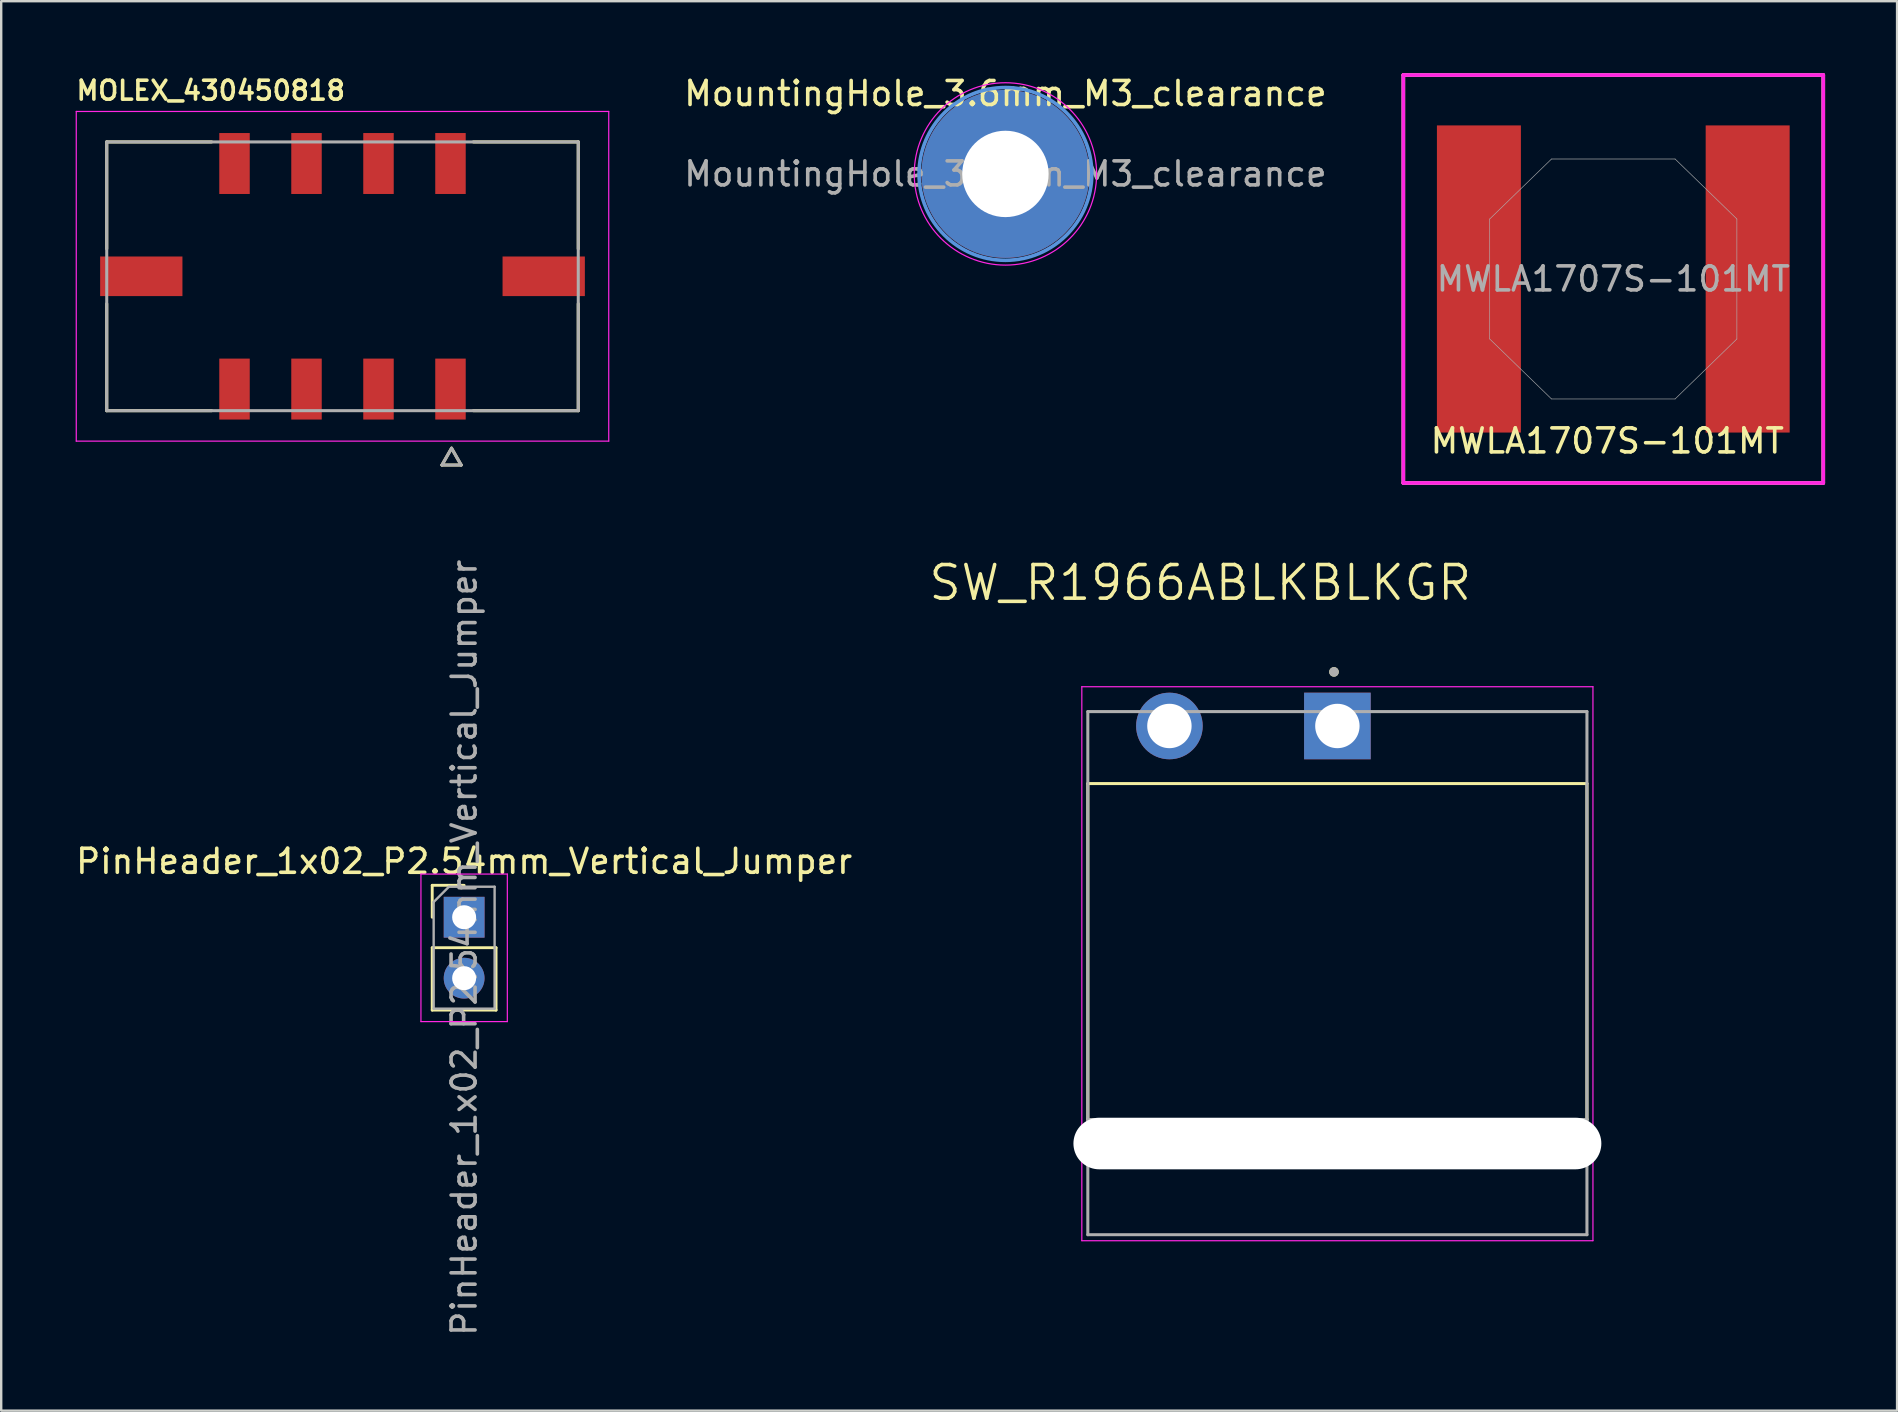
<source format=kicad_pcb>
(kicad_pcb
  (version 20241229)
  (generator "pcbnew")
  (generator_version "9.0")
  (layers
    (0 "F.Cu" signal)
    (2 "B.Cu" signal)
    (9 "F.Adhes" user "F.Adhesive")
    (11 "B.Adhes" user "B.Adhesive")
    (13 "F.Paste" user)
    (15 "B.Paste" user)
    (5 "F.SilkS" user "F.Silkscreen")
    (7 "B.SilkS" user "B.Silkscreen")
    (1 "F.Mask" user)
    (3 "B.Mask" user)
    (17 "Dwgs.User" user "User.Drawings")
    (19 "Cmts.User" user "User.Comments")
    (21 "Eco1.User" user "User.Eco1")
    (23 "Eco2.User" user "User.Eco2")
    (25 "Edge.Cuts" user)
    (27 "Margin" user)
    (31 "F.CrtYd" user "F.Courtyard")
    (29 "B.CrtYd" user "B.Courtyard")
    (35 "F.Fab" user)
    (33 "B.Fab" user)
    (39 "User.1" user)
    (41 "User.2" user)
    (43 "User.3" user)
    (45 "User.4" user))
  (footprint "PinHeader_1x02_P2.54mm_Vertical_Jumper"
    (layer "F.Cu")
    (at 16.292 35.174)
    (property "Reference" "PinHeader_1x02_P2.54mm_Vertical_Jumper" (at 0 -2.33 0) (layer "F.SilkS") (effects (font (size 1 1) (thickness 0.15))))
    (attr through_hole)
    (fp_line (start -1.33 -1.33) (end 0 -1.33) (stroke (width 0.12) (type solid)) (layer "F.SilkS"))
    (fp_line (start -1.33 0) (end -1.33 -1.33) (stroke (width 0.12) (type solid)) (layer "F.SilkS"))
    (fp_line (start -1.33 1.27) (end -1.33 3.87) (stroke (width 0.12) (type solid)) (layer "F.SilkS"))
    (fp_line (start -1.33 1.27) (end 1.33 1.27) (stroke (width 0.12) (type solid)) (layer "F.SilkS"))
    (fp_line (start -1.33 3.87) (end 1.33 3.87) (stroke (width 0.12) (type solid)) (layer "F.SilkS"))
    (fp_line (start 1.33 1.27) (end 1.33 3.87) (stroke (width 0.12) (type solid)) (layer "F.SilkS"))
    (fp_line (start -1.8 -1.8) (end -1.8 4.35) (stroke (width 0.05) (type solid)) (layer "F.CrtYd"))
    (fp_line (start -1.8 4.35) (end 1.8 4.35) (stroke (width 0.05) (type solid)) (layer "F.CrtYd"))
    (fp_line (start 1.8 -1.8) (end -1.8 -1.8) (stroke (width 0.05) (type solid)) (layer "F.CrtYd"))
    (fp_line (start 1.8 4.35) (end 1.8 -1.8) (stroke (width 0.05) (type solid)) (layer "F.CrtYd"))
    (fp_line (start -1.27 -0.635) (end -0.635 -1.27) (stroke (width 0.1) (type solid)) (layer "F.Fab"))
    (fp_line (start -1.27 3.81) (end -1.27 -0.635) (stroke (width 0.1) (type solid)) (layer "F.Fab"))
    (fp_line (start -0.635 -1.27) (end 1.27 -1.27) (stroke (width 0.1) (type solid)) (layer "F.Fab"))
    (fp_line (start 1.27 -1.27) (end 1.27 3.81) (stroke (width 0.1) (type solid)) (layer "F.Fab"))
    (fp_line (start 1.27 3.81) (end -1.27 3.81) (stroke (width 0.1) (type solid)) (layer "F.Fab"))
    (fp_text user "${REFERENCE}" (at 0 1.27 90) (layer "F.Fab") (effects (font (size 1 1) (thickness 0.15))))
    (pad "1" thru_hole rect (at 0 0) (size 1.7 1.7) (drill 1) (layers "*.Cu" "*.Mask"))
    (pad "2" thru_hole oval (at 0 2.54) (size 1.7 1.7) (drill 1) (layers "*.Cu" "*.Mask")))
  (footprint "MountingHole_3.6mm_M3_clearance"
    (layer "F.Cu")
    (at 38.849 4.198)
    (property "Reference" "MountingHole_3.6mm_M3_clearance" (at 0 -3.35 0) (layer "F.SilkS") (effects (font (size 1 1) (thickness 0.15))))
    (attr exclude_from_pos_files exclude_from_bom)
    (fp_circle (center 0 0) (end 3.6 0) (stroke (width 0.15) (type solid)) (fill no) (layer "Cmts.User"))
    (fp_circle (center 0 0) (end 3.8 0) (stroke (width 0.05) (type solid)) (fill no) (layer "F.CrtYd"))
    (fp_text user "${REFERENCE}" (at 0 0 0) (layer "F.Fab") (effects (font (size 1 1) (thickness 0.15))))
    (pad "1" thru_hole circle (at 0 0) (size 7 7) (drill 3.6) (layers "*.Cu" "*.Mask")))
  (footprint "SW_R1966ABLKBLKGR"
    (layer "F.Cu")
    (at 52.683 27.204)
    (property "Reference" "SW_R1966ABLKBLKGR" (at -5.715 -5.969 0) (layer "F.SilkS") (effects (font (size 1.4 1.4) (thickness 0.15))))
    (attr through_hole)
    (fp_line (start -10.4 2.4) (end -10.4 16.4) (stroke (width 0.127) (type solid)) (layer "F.SilkS"))
    (fp_line (start -10.4 2.4) (end 10.4 2.4) (stroke (width 0.127) (type solid)) (layer "F.SilkS"))
    (fp_line (start -10.4 16.4) (end 10.4 16.4) (stroke (width 0.127) (type solid)) (layer "F.SilkS"))
    (fp_line (start 10.4 16.4) (end 10.4 2.4) (stroke (width 0.127) (type solid)) (layer "F.SilkS"))
    (fp_circle (center -0.142 -2.254) (end -0.042 -2.254) (stroke (width 0.2) (type solid)) (fill no) (layer "F.SilkS"))
    (fp_line (start -10.65 -1.637) (end 10.65 -1.637) (stroke (width 0.05) (type solid)) (layer "F.CrtYd"))
    (fp_line (start -10.65 21.45) (end -10.65 -1.637) (stroke (width 0.05) (type solid)) (layer "F.CrtYd"))
    (fp_line (start 10.65 -1.637) (end 10.65 21.45) (stroke (width 0.05) (type solid)) (layer "F.CrtYd"))
    (fp_line (start 10.65 21.45) (end -10.65 21.45) (stroke (width 0.05) (type solid)) (layer "F.CrtYd"))
    (fp_line (start -10.4 -0.6) (end 10.4 -0.6) (stroke (width 0.127) (type solid)) (layer "F.Fab"))
    (fp_line (start -10.4 16.4) (end -10.4 -0.6) (stroke (width 0.127) (type solid)) (layer "F.Fab"))
    (fp_line (start -10.4 16.4) (end 10.4 16.4) (stroke (width 0.127) (type solid)) (layer "F.Fab"))
    (fp_line (start -10.4 21.2) (end -10.4 16.4) (stroke (width 0.127) (type solid)) (layer "F.Fab"))
    (fp_line (start -10.4 21.2) (end 10.4 21.2) (stroke (width 0.127) (type solid)) (layer "F.Fab"))
    (fp_line (start 10.4 -0.6) (end 10.4 16.4) (stroke (width 0.127) (type solid)) (layer "F.Fab"))
    (fp_line (start 10.4 16.4) (end 10.4 21.2) (stroke (width 0.127) (type solid)) (layer "F.Fab"))
    (fp_circle (center -0.142 -2.254) (end -0.042 -2.254) (stroke (width 0.2) (type solid)) (fill no) (layer "F.Fab"))
    (pad "" np_thru_hole oval (at 0 17.4) (size 22 2.15) (drill oval 22 2.15) (layers "*.Cu" "*.Mask"))
    (pad "1" thru_hole rect (at 0 0) (size 2.775 2.775) (drill 1.85) (layers "*.Cu" "*.Mask"))
    (pad "2" thru_hole circle (at -7 0) (size 2.775 2.775) (drill 1.85) (layers "*.Cu" "*.Mask")))
  (footprint "MWLA1707S-101MT"
    (layer "F.Cu")
    (at 64.181 8.576)
    (property "Reference" "MWLA1707S-101MT" (at -0.25 6.75 0) (unlocked yes) (layer "F.SilkS") (effects (font (size 1 1) (thickness 0.15))))
    (attr smd)
    (fp_line (start -8.75 8.5) (end -8.75 -8.5) (stroke (width 0.152) (type solid)) (layer "F.SilkS"))
    (fp_line (start -8.75 8.5) (end 8.75 8.5) (stroke (width 0.152) (type solid)) (layer "F.SilkS"))
    (fp_line (start 8.75 -8.5) (end -8.75 -8.5) (stroke (width 0.152) (type solid)) (layer "F.SilkS"))
    (fp_line (start 8.75 -8.5) (end 8.75 8.5) (stroke (width 0.152) (type solid)) (layer "F.SilkS"))
    (fp_line (start -8.75 -8.5) (end 8.75 -8.5) (stroke (width 0.152) (type solid)) (layer "F.CrtYd"))
    (fp_line (start -8.75 8.5) (end -8.75 -8.5) (stroke (width 0.152) (type solid)) (layer "F.CrtYd"))
    (fp_line (start 8.75 -8.5) (end 8.75 8.5) (stroke (width 0.152) (type solid)) (layer "F.CrtYd"))
    (fp_line (start 8.75 8.5) (end -8.75 8.5) (stroke (width 0.152) (type solid)) (layer "F.CrtYd"))
    (fp_line (start -5.15 -2.5) (end -5.15 2.5) (stroke (width 0.025) (type solid)) (layer "F.Fab"))
    (fp_line (start -5.15 2.5) (end -2.575 5) (stroke (width 0.025) (type solid)) (layer "F.Fab"))
    (fp_line (start -2.575 -5) (end -5.15 -2.5) (stroke (width 0.025) (type solid)) (layer "F.Fab"))
    (fp_line (start -2.575 5) (end 2.575 5) (stroke (width 0.025) (type solid)) (layer "F.Fab"))
    (fp_line (start 2.575 -5) (end -2.575 -5) (stroke (width 0.025) (type solid)) (layer "F.Fab"))
    (fp_line (start 2.575 5) (end 5.15 2.5) (stroke (width 0.025) (type solid)) (layer "F.Fab"))
    (fp_line (start 5.15 -2.5) (end 2.575 -5) (stroke (width 0.025) (type solid)) (layer "F.Fab"))
    (fp_line (start 5.15 2.5) (end 5.15 -2.5) (stroke (width 0.025) (type solid)) (layer "F.Fab"))
    (fp_text user "${REFERENCE}" (at 0 0 0) (unlocked yes) (layer "F.Fab") (effects (font (size 1 1) (thickness 0.15))))
    (pad "1" smd rect (at -5.6 0) (size 3.5 12.8) (layers "F.Cu" "F.Mask" "F.Paste"))
    (pad "2" smd rect (at 5.6 0) (size 3.5 12.8) (layers "F.Cu" "F.Mask" "F.Paste")))
  (footprint "MOLEX_430450818"
    (layer "F.Cu")
    (at 11.223 8.464)
    (property "Reference" "MOLEX_430450818" (at -5.49 -7.74 0) (layer "F.SilkS") (effects (font (size 0.787 0.787) (thickness 0.15))))
    (attr smd)
    (fp_poly (pts (xy -10.176 -0.901) (xy -6.594 -0.901) (xy -6.594 0.901) (xy -10.176 0.901)) (stroke (width 0.01) (type solid)) (fill yes) (layer "F.Mask"))
    (fp_poly (pts (xy -5.211 -6.046) (xy -3.789 -6.046) (xy -3.789 -3.354) (xy -5.211 -3.354)) (stroke (width 0.01) (type solid)) (fill yes) (layer "F.Mask"))
    (fp_poly (pts (xy -5.211 3.354) (xy -3.789 3.354) (xy -3.789 6.046) (xy -5.211 6.046)) (stroke (width 0.01) (type solid)) (fill yes) (layer "F.Mask"))
    (fp_poly (pts (xy -2.211 -6.046) (xy -0.789 -6.046) (xy -0.789 -3.354) (xy -2.211 -3.354)) (stroke (width 0.01) (type solid)) (fill yes) (layer "F.Mask"))
    (fp_poly (pts (xy -2.211 3.354) (xy -0.789 3.354) (xy -0.789 6.046) (xy -2.211 6.046)) (stroke (width 0.01) (type solid)) (fill yes) (layer "F.Mask"))
    (fp_poly (pts (xy 0.789 -6.046) (xy 2.211 -6.046) (xy 2.211 -3.354) (xy 0.789 -3.354)) (stroke (width 0.01) (type solid)) (fill yes) (layer "F.Mask"))
    (fp_poly (pts (xy 0.789 3.354) (xy 2.211 3.354) (xy 2.211 6.046) (xy 0.789 6.046)) (stroke (width 0.01) (type solid)) (fill yes) (layer "F.Mask"))
    (fp_poly (pts (xy 3.789 -6.046) (xy 5.211 -6.046) (xy 5.211 -3.354) (xy 3.789 -3.354)) (stroke (width 0.01) (type solid)) (fill yes) (layer "F.Mask"))
    (fp_poly (pts (xy 3.789 3.354) (xy 5.211 3.354) (xy 5.211 6.046) (xy 3.789 6.046)) (stroke (width 0.01) (type solid)) (fill yes) (layer "F.Mask"))
    (fp_poly (pts (xy 6.594 -0.901) (xy 10.176 -0.901) (xy 10.176 0.901) (xy 6.594 0.901)) (stroke (width 0.01) (type solid)) (fill yes) (layer "F.Mask"))
    (fp_line (start -9.825 -5.6) (end -9.825 -1.145) (stroke (width 0.127) (type solid)) (layer "F.SilkS"))
    (fp_line (start -9.825 1.145) (end -9.825 5.6) (stroke (width 0.127) (type solid)) (layer "F.SilkS"))
    (fp_line (start -9.825 5.6) (end -5.455 5.6) (stroke (width 0.127) (type solid)) (layer "F.SilkS"))
    (fp_line (start -5.455 -5.6) (end -9.825 -5.6) (stroke (width 0.127) (type solid)) (layer "F.SilkS"))
    (fp_line (start 4.145 7.865) (end 4.945 7.865) (stroke (width 0.127) (type solid)) (layer "F.SilkS"))
    (fp_line (start 4.545 7.165) (end 4.145 7.865) (stroke (width 0.127) (type solid)) (layer "F.SilkS"))
    (fp_line (start 4.945 7.865) (end 4.545 7.165) (stroke (width 0.127) (type solid)) (layer "F.SilkS"))
    (fp_line (start 5.455 5.6) (end 9.825 5.6) (stroke (width 0.127) (type solid)) (layer "F.SilkS"))
    (fp_line (start 9.825 -5.6) (end 5.455 -5.6) (stroke (width 0.127) (type solid)) (layer "F.SilkS"))
    (fp_line (start 9.825 -1.145) (end 9.825 -5.6) (stroke (width 0.127) (type solid)) (layer "F.SilkS"))
    (fp_line (start 9.825 5.6) (end 9.825 1.145) (stroke (width 0.127) (type solid)) (layer "F.SilkS"))
    (fp_line (start -11.095 -6.87) (end -11.095 6.87) (stroke (width 0.05) (type solid)) (layer "F.CrtYd"))
    (fp_line (start -11.095 6.87) (end 11.095 6.87) (stroke (width 0.05) (type solid)) (layer "F.CrtYd"))
    (fp_line (start 11.095 -6.87) (end -11.095 -6.87) (stroke (width 0.05) (type solid)) (layer "F.CrtYd"))
    (fp_line (start 11.095 6.87) (end 11.095 -6.87) (stroke (width 0.05) (type solid)) (layer "F.CrtYd"))
    (fp_line (start -9.825 -5.6) (end 9.825 -5.6) (stroke (width 0.127) (type solid)) (layer "F.Fab"))
    (fp_line (start -9.825 5.6) (end -9.825 -5.6) (stroke (width 0.127) (type solid)) (layer "F.Fab"))
    (fp_line (start 4.145 7.865) (end 4.945 7.865) (stroke (width 0.127) (type solid)) (layer "F.Fab"))
    (fp_line (start 4.545 7.165) (end 4.145 7.865) (stroke (width 0.127) (type solid)) (layer "F.Fab"))
    (fp_line (start 4.945 7.865) (end 4.545 7.165) (stroke (width 0.127) (type solid)) (layer "F.Fab"))
    (fp_line (start 9.825 -5.6) (end 9.825 5.6) (stroke (width 0.127) (type solid)) (layer "F.Fab"))
    (fp_line (start 9.825 5.6) (end -9.825 5.6) (stroke (width 0.127) (type solid)) (layer "F.Fab"))
    (pad "1" smd rect (at 4.5 4.7) (size 1.27 2.54) (layers "F.Cu" "F.Paste"))
    (pad "2" smd rect (at 1.5 4.7) (size 1.27 2.54) (layers "F.Cu" "F.Paste"))
    (pad "3" smd rect (at -1.5 4.7) (size 1.27 2.54) (layers "F.Cu" "F.Paste"))
    (pad "4" smd rect (at -4.5 4.7) (size 1.27 2.54) (layers "F.Cu" "F.Paste"))
    (pad "5" smd rect (at 4.5 -4.7) (size 1.27 2.54) (layers "F.Cu" "F.Paste"))
    (pad "6" smd rect (at 1.5 -4.7) (size 1.27 2.54) (layers "F.Cu" "F.Paste"))
    (pad "7" smd rect (at -1.5 -4.7) (size 1.27 2.54) (layers "F.Cu" "F.Paste"))
    (pad "8" smd rect (at -4.5 -4.7) (size 1.27 2.54) (layers "F.Cu" "F.Paste"))
    (pad "S1" smd rect (at 8.385 0) (size 3.43 1.65) (layers "F.Cu" "F.Paste"))
    (pad "S2" smd rect (at -8.385 0) (size 3.43 1.65) (layers "F.Cu" "F.Paste")))
  (gr_rect
    (start -3 -3)
    (end 76.007 55.736)
    (stroke (width 0.1) (type default))
    (fill no)
    (layer "Edge.Cuts")))
</source>
